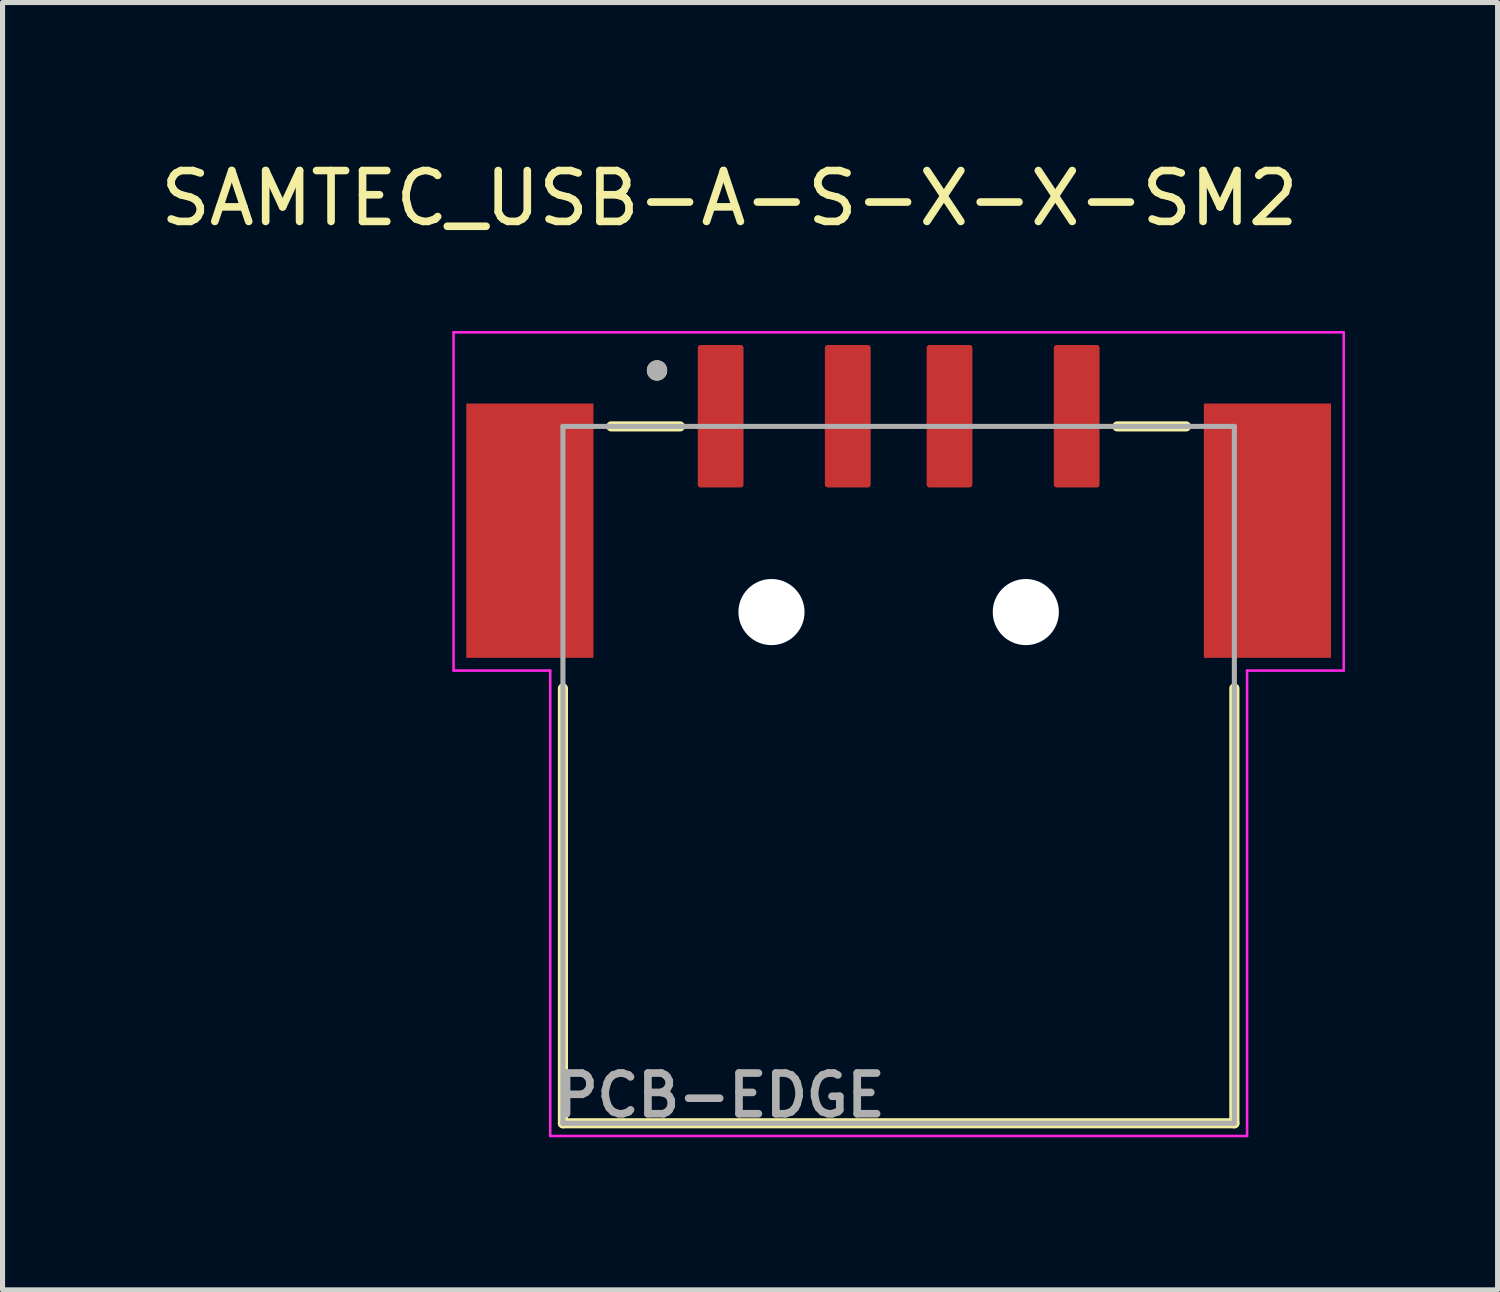
<source format=kicad_pcb>
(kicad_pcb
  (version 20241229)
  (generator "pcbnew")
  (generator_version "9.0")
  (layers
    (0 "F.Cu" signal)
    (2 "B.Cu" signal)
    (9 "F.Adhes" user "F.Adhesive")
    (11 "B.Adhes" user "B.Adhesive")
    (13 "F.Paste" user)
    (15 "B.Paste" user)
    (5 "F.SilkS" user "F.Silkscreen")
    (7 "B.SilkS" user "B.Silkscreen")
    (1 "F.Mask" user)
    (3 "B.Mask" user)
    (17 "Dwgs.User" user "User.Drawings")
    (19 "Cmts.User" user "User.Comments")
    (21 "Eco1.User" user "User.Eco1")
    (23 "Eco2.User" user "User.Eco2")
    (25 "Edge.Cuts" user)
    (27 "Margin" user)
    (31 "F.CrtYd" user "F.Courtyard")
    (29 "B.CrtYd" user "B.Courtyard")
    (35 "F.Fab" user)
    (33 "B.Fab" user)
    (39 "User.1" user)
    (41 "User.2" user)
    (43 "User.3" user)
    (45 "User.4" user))
  (footprint "SAMTEC_USB-A-S-X-X-SM2"
    (layer "F.Cu")
    (at 14.617 8.983)
    (property "Reference" "SAMTEC_USB-A-S-X-X-SM2" (at -3.325 -8.135 0) (layer "F.SilkS") (effects (font (size 1 1) (thickness 0.15))))
    (attr through_hole)
    (fp_line (start -6.6 10.05) (end -6.6 1.5) (stroke (width 0.2) (type solid)) (layer "F.SilkS"))
    (fp_line (start -5.65 -3.65) (end -4.3 -3.65) (stroke (width 0.2) (type solid)) (layer "F.SilkS"))
    (fp_line (start 4.3 -3.65) (end 5.65 -3.65) (stroke (width 0.2) (type solid)) (layer "F.SilkS"))
    (fp_line (start 6.6 1.5) (end 6.6 10.05) (stroke (width 0.2) (type solid)) (layer "F.SilkS"))
    (fp_line (start 6.6 10.05) (end -6.6 10.05) (stroke (width 0.2) (type solid)) (layer "F.SilkS"))
    (fp_circle (center -4.75 -4.75) (end -4.65 -4.75) (stroke (width 0.2) (type solid)) (fill no) (layer "F.SilkS"))
    (fp_line (start -8.75 -5.5) (end 8.75 -5.5) (stroke (width 0.05) (type solid)) (layer "F.CrtYd"))
    (fp_line (start -8.75 1.15) (end -8.75 -5.5) (stroke (width 0.05) (type solid)) (layer "F.CrtYd"))
    (fp_line (start -6.85 1.15) (end -8.75 1.15) (stroke (width 0.05) (type solid)) (layer "F.CrtYd"))
    (fp_line (start -6.85 10.3) (end -6.85 1.15) (stroke (width 0.05) (type solid)) (layer "F.CrtYd"))
    (fp_line (start 6.85 1.15) (end 6.85 10.3) (stroke (width 0.05) (type solid)) (layer "F.CrtYd"))
    (fp_line (start 6.85 10.3) (end -6.85 10.3) (stroke (width 0.05) (type solid)) (layer "F.CrtYd"))
    (fp_line (start 8.75 -5.5) (end 8.75 1.15) (stroke (width 0.05) (type solid)) (layer "F.CrtYd"))
    (fp_line (start 8.75 1.15) (end 6.85 1.15) (stroke (width 0.05) (type solid)) (layer "F.CrtYd"))
    (fp_line (start -6.6 -3.65) (end 6.6 -3.65) (stroke (width 0.1) (type solid)) (layer "F.Fab"))
    (fp_line (start -6.6 10.05) (end -6.6 -3.65) (stroke (width 0.1) (type solid)) (layer "F.Fab"))
    (fp_line (start 6.6 -3.65) (end 6.6 10.05) (stroke (width 0.1) (type solid)) (layer "F.Fab"))
    (fp_line (start 6.6 10.05) (end -6.6 10.05) (stroke (width 0.1) (type solid)) (layer "F.Fab"))
    (fp_circle (center -4.75 -4.75) (end -4.65 -4.75) (stroke (width 0.2) (type solid)) (fill no) (layer "F.Fab"))
    (fp_text user "PCB-EDGE" (at -3.5 9.5 0) (layer "F.Fab") (effects (font (size 0.8 0.8) (thickness 0.15))))
    (pad "" np_thru_hole circle (at -2.5 0) (size 1.3 1.3) (drill 1.3) (layers "*.Cu" "*.Mask"))
    (pad "" np_thru_hole circle (at 2.5 0) (size 1.3 1.3) (drill 1.3) (layers "*.Cu" "*.Mask"))
    (pad "1" smd roundrect (at -3.5 -3.85) (size 0.9 2.8) (layers "F.Cu" "F.Mask" "F.Paste") (roundrect_rratio 0.06))
    (pad "2" smd roundrect (at -1 -3.85) (size 0.9 2.8) (layers "F.Cu" "F.Mask" "F.Paste") (roundrect_rratio 0.06))
    (pad "3" smd roundrect (at 1 -3.85) (size 0.9 2.8) (layers "F.Cu" "F.Mask" "F.Paste") (roundrect_rratio 0.06))
    (pad "4" smd roundrect (at 3.5 -3.85) (size 0.9 2.8) (layers "F.Cu" "F.Mask" "F.Paste") (roundrect_rratio 0.06))
    (pad "5" smd rect (at -7.25 -1.6) (size 2.5 5) (layers "F.Cu" "F.Mask" "F.Paste"))
    (pad "5" smd rect (at 7.25 -1.6) (size 2.5 5) (layers "F.Cu" "F.Mask" "F.Paste")))
  (gr_rect
    (start -3 -3)
    (end 26.392 22.308)
    (stroke (width 0.1) (type default))
    (fill no)
    (layer "Edge.Cuts")))
</source>
